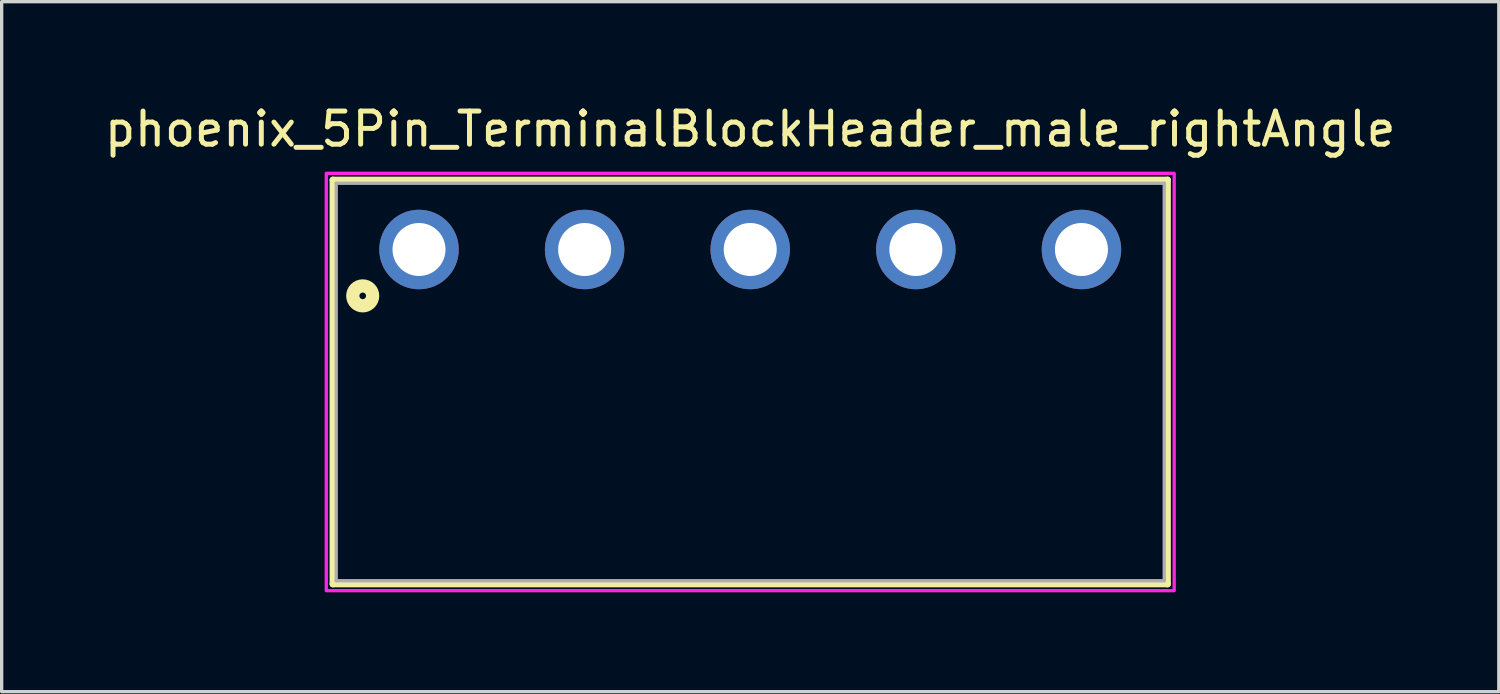
<source format=kicad_pcb>
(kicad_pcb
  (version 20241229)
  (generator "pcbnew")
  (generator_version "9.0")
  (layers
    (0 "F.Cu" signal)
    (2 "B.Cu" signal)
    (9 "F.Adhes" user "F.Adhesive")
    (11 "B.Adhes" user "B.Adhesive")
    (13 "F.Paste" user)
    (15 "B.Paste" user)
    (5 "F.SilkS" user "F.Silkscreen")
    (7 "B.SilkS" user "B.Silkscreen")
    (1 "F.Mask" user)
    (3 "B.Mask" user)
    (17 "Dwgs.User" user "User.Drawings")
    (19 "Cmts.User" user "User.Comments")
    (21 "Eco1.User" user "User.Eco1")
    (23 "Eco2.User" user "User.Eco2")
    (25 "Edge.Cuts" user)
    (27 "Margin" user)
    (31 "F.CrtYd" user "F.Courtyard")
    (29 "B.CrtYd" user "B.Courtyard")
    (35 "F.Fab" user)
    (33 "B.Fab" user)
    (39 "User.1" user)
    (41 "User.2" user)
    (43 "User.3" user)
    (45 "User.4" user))
  (footprint "phoenix_5Pin_TerminalBlockHeader_male_rightAngle"
    (layer "F.Cu")
    (at 19.601 4.483)
    (property "Reference" "phoenix_5Pin_TerminalBlockHeader_male_rightAngle" (at 0 -3.635 0) (layer "F.SilkS") (effects (font (size 1 1) (thickness 0.15))))
    (attr through_hole)
    (fp_line (start -12.6 -2.1) (end 12.6 -2.1) (stroke (width 0.2) (type solid)) (layer "F.SilkS"))
    (fp_line (start -12.6 10.1) (end -12.6 -2.1) (stroke (width 0.2) (type solid)) (layer "F.SilkS"))
    (fp_line (start 12.6 -2.1) (end 12.6 10.1) (stroke (width 0.2) (type solid)) (layer "F.SilkS"))
    (fp_line (start 12.6 10.1) (end -12.6 10.1) (stroke (width 0.2) (type solid)) (layer "F.SilkS"))
    (fp_circle (center -11.7 1.4) (end -11.6 1.4) (stroke (width 0.4) (type solid)) (fill no) (layer "F.SilkS"))
    (fp_poly (pts (xy -12.8 -2.3) (xy 12.8 -2.3) (xy 12.8 10.3) (xy -12.8 10.3)) (stroke (width 0.1) (type solid)) (fill no) (layer "F.CrtYd"))
    (fp_line (start -12.5 -2) (end -12.5 10) (stroke (width 0.1) (type solid)) (layer "F.Fab"))
    (fp_line (start -12.5 10) (end 12.5 10) (stroke (width 0.1) (type solid)) (layer "F.Fab"))
    (fp_line (start 12.5 -2) (end -12.5 -2) (stroke (width 0.1) (type solid)) (layer "F.Fab"))
    (fp_line (start 12.5 10) (end 12.5 -2) (stroke (width 0.1) (type solid)) (layer "F.Fab"))
    (pad "1" thru_hole circle (at -10 0) (size 2.4 2.4) (drill 1.6) (layers "*.Cu" "*.Mask"))
    (pad "2" thru_hole circle (at -5 0) (size 2.4 2.4) (drill 1.6) (layers "*.Cu" "*.Mask"))
    (pad "3" thru_hole circle (at 0 0) (size 2.4 2.4) (drill 1.6) (layers "*.Cu" "*.Mask"))
    (pad "4" thru_hole circle (at 5 0) (size 2.4 2.4) (drill 1.6) (layers "*.Cu" "*.Mask"))
    (pad "5" thru_hole circle (at 10 0) (size 2.4 2.4) (drill 1.6) (layers "*.Cu" "*.Mask")))
  (gr_rect
    (start -3 -3)
    (end 42.202 17.833)
    (stroke (width 0.1) (type default))
    (fill no)
    (layer "Edge.Cuts")))
</source>
